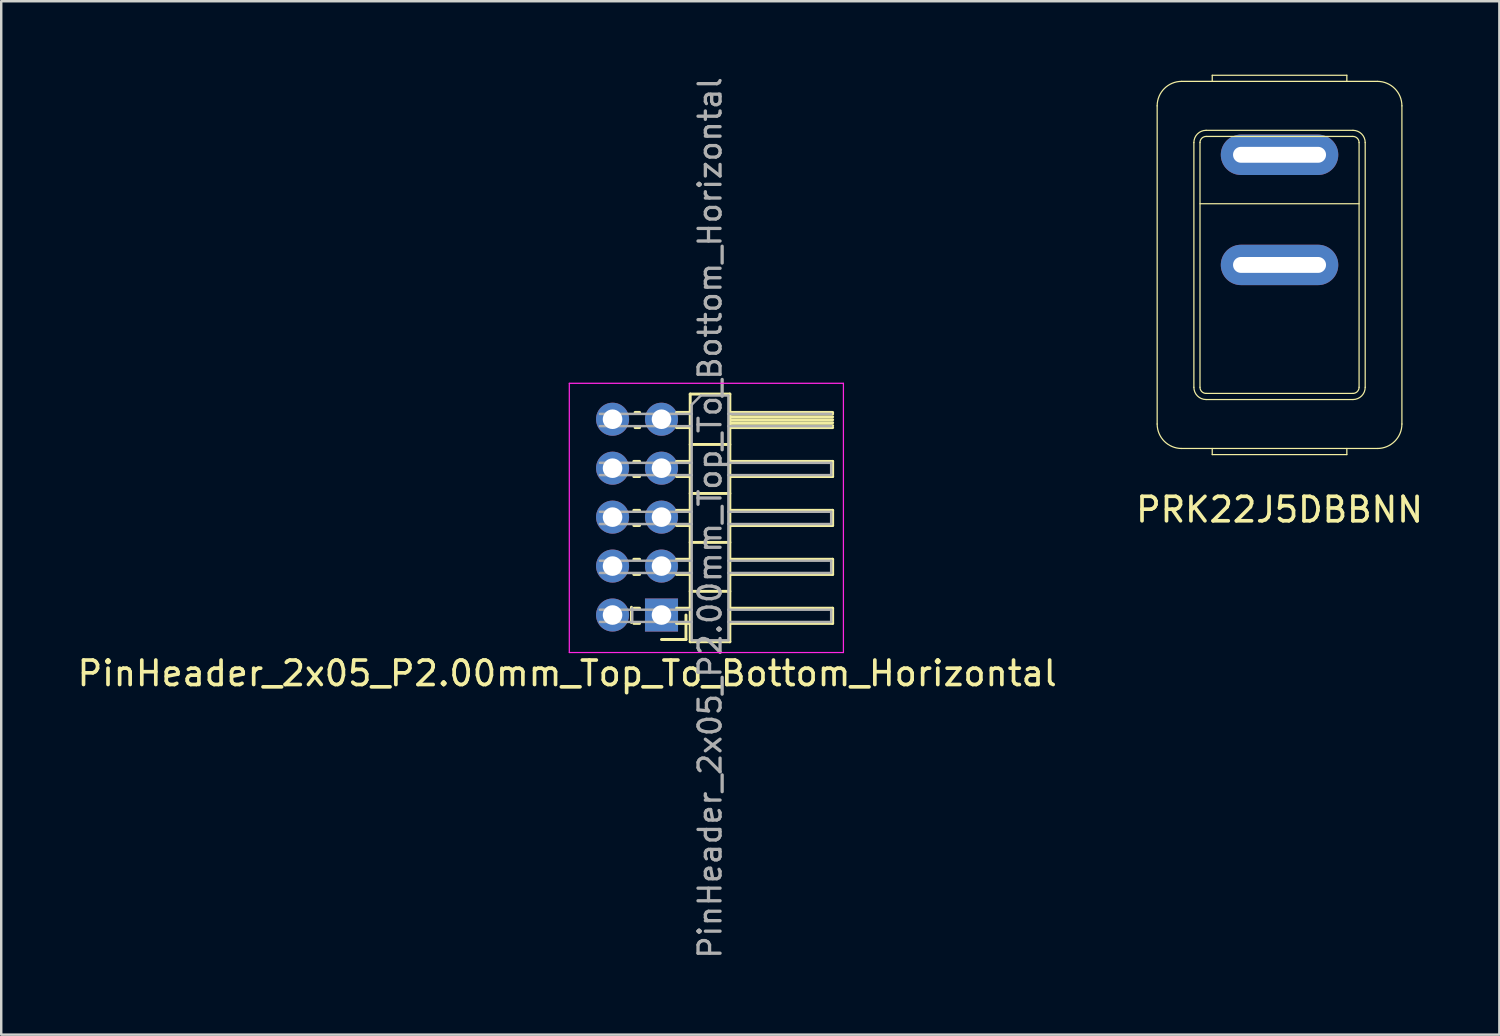
<source format=kicad_pcb>
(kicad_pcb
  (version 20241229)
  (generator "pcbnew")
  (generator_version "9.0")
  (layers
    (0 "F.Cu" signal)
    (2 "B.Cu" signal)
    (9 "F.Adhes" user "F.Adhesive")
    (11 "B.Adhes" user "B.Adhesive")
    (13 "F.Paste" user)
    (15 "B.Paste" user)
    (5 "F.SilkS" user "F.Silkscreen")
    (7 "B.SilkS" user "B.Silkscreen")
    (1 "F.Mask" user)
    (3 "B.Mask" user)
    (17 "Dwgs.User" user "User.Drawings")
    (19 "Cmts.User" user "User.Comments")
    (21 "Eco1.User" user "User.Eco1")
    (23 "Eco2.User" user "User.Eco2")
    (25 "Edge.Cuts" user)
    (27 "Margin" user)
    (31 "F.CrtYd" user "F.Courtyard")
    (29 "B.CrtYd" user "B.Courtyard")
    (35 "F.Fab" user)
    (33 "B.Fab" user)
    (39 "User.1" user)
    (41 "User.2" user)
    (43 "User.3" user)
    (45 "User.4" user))
  (footprint "PinHeader_2x05_P2.00mm_Top_To_Bottom_Horizontal"
    (layer "F.Cu")
    (at 21.925 14.064)
    (property "Reference" "PinHeader_2x05_P2.00mm_Top_To_Bottom_Horizontal" (at -1.8 10.4 180) (layer "F.SilkS") (effects (font (size 1 1) (thickness 0.15))))
    (attr through_hole)
    (fp_line (start 0.826 7.699) (end 0.826 8.319) (stroke (width 0.12) (type solid)) (layer "F.SilkS"))
    (fp_line (start 0.923 1.738) (end 1.159 1.738) (stroke (width 0.12) (type solid)) (layer "F.SilkS"))
    (fp_line (start 0.923 2.358) (end 1.159 2.358) (stroke (width 0.12) (type solid)) (layer "F.SilkS"))
    (fp_line (start 0.923 3.738) (end 1.159 3.738) (stroke (width 0.12) (type solid)) (layer "F.SilkS"))
    (fp_line (start 0.923 4.358) (end 1.159 4.358) (stroke (width 0.12) (type solid)) (layer "F.SilkS"))
    (fp_line (start 0.923 5.738) (end 1.159 5.738) (stroke (width 0.12) (type solid)) (layer "F.SilkS"))
    (fp_line (start 0.923 6.358) (end 1.159 6.358) (stroke (width 0.12) (type solid)) (layer "F.SilkS"))
    (fp_line (start 0.923 7.738) (end 1.159 7.738) (stroke (width 0.12) (type solid)) (layer "F.SilkS"))
    (fp_line (start 0.923 8.358) (end 1.159 8.358) (stroke (width 0.12) (type solid)) (layer "F.SilkS"))
    (fp_line (start 0.976 -0.262) (end 1.159 -0.262) (stroke (width 0.12) (type solid)) (layer "F.SilkS"))
    (fp_line (start 0.976 0.358) (end 1.159 0.358) (stroke (width 0.12) (type solid)) (layer "F.SilkS"))
    (fp_line (start 2.669 -0.262) (end 3.227 -0.262) (stroke (width 0.12) (type solid)) (layer "F.SilkS"))
    (fp_line (start 2.669 0.358) (end 3.227 0.358) (stroke (width 0.12) (type solid)) (layer "F.SilkS"))
    (fp_line (start 2.669 1.738) (end 3.227 1.738) (stroke (width 0.12) (type solid)) (layer "F.SilkS"))
    (fp_line (start 2.669 2.358) (end 3.227 2.358) (stroke (width 0.12) (type solid)) (layer "F.SilkS"))
    (fp_line (start 2.669 3.738) (end 3.227 3.738) (stroke (width 0.12) (type solid)) (layer "F.SilkS"))
    (fp_line (start 2.669 4.358) (end 3.227 4.358) (stroke (width 0.12) (type solid)) (layer "F.SilkS"))
    (fp_line (start 2.669 5.738) (end 3.227 5.738) (stroke (width 0.12) (type solid)) (layer "F.SilkS"))
    (fp_line (start 2.669 6.358) (end 3.227 6.358) (stroke (width 0.12) (type solid)) (layer "F.SilkS"))
    (fp_line (start 2.669 7.738) (end 3.227 7.738) (stroke (width 0.12) (type solid)) (layer "F.SilkS"))
    (fp_line (start 2.669 8.358) (end 3.227 8.358) (stroke (width 0.12) (type solid)) (layer "F.SilkS"))
    (fp_line (start 3.054 8.016) (end 3.054 9.016) (stroke (width 0.12) (type solid)) (layer "F.SilkS"))
    (fp_line (start 3.054 9.016) (end 2.054 9.016) (stroke (width 0.12) (type solid)) (layer "F.SilkS"))
    (fp_line (start 3.227 -1.012) (end 3.227 9.108) (stroke (width 0.12) (type solid)) (layer "F.SilkS"))
    (fp_line (start 3.227 1.048) (end 4.847 1.048) (stroke (width 0.12) (type solid)) (layer "F.SilkS"))
    (fp_line (start 3.227 3.048) (end 4.847 3.048) (stroke (width 0.12) (type solid)) (layer "F.SilkS"))
    (fp_line (start 3.227 5.048) (end 4.847 5.048) (stroke (width 0.12) (type solid)) (layer "F.SilkS"))
    (fp_line (start 3.227 7.048) (end 4.847 7.048) (stroke (width 0.12) (type solid)) (layer "F.SilkS"))
    (fp_line (start 3.227 9.108) (end 4.847 9.108) (stroke (width 0.12) (type solid)) (layer "F.SilkS"))
    (fp_line (start 4.847 -1.012) (end 3.227 -1.012) (stroke (width 0.12) (type solid)) (layer "F.SilkS"))
    (fp_line (start 4.847 -0.262) (end 9.047 -0.262) (stroke (width 0.12) (type solid)) (layer "F.SilkS"))
    (fp_line (start 4.847 -0.202) (end 9.047 -0.202) (stroke (width 0.12) (type solid)) (layer "F.SilkS"))
    (fp_line (start 4.847 -0.082) (end 9.047 -0.082) (stroke (width 0.12) (type solid)) (layer "F.SilkS"))
    (fp_line (start 4.847 0.038) (end 9.047 0.038) (stroke (width 0.12) (type solid)) (layer "F.SilkS"))
    (fp_line (start 4.847 0.158) (end 9.047 0.158) (stroke (width 0.12) (type solid)) (layer "F.SilkS"))
    (fp_line (start 4.847 0.278) (end 9.047 0.278) (stroke (width 0.12) (type solid)) (layer "F.SilkS"))
    (fp_line (start 4.847 1.738) (end 9.047 1.738) (stroke (width 0.12) (type solid)) (layer "F.SilkS"))
    (fp_line (start 4.847 3.738) (end 9.047 3.738) (stroke (width 0.12) (type solid)) (layer "F.SilkS"))
    (fp_line (start 4.847 5.738) (end 9.047 5.738) (stroke (width 0.12) (type solid)) (layer "F.SilkS"))
    (fp_line (start 4.847 7.738) (end 9.047 7.738) (stroke (width 0.12) (type solid)) (layer "F.SilkS"))
    (fp_line (start 4.847 9.108) (end 4.847 -1.012) (stroke (width 0.12) (type solid)) (layer "F.SilkS"))
    (fp_line (start 9.047 0.358) (end 4.847 0.358) (stroke (width 0.12) (type solid)) (layer "F.SilkS"))
    (fp_line (start 9.047 1.738) (end 9.047 2.358) (stroke (width 0.12) (type solid)) (layer "F.SilkS"))
    (fp_line (start 9.047 2.358) (end 4.847 2.358) (stroke (width 0.12) (type solid)) (layer "F.SilkS"))
    (fp_line (start 9.047 3.738) (end 9.047 4.358) (stroke (width 0.12) (type solid)) (layer "F.SilkS"))
    (fp_line (start 9.047 4.358) (end 4.847 4.358) (stroke (width 0.12) (type solid)) (layer "F.SilkS"))
    (fp_line (start 9.047 5.738) (end 9.047 6.358) (stroke (width 0.12) (type solid)) (layer "F.SilkS"))
    (fp_line (start 9.047 6.358) (end 4.847 6.358) (stroke (width 0.12) (type solid)) (layer "F.SilkS"))
    (fp_line (start 9.047 7.738) (end 9.047 8.358) (stroke (width 0.12) (type solid)) (layer "F.SilkS"))
    (fp_line (start 9.047 8.358) (end 4.847 8.358) (stroke (width 0.12) (type solid)) (layer "F.SilkS"))
    (fp_line (start -1.713 -1.452) (end -1.713 9.548) (stroke (width 0.05) (type solid)) (layer "F.CrtYd"))
    (fp_line (start -1.713 9.548) (end 9.487 9.548) (stroke (width 0.05) (type solid)) (layer "F.CrtYd"))
    (fp_line (start 9.487 -1.452) (end -1.713 -1.452) (stroke (width 0.05) (type solid)) (layer "F.CrtYd"))
    (fp_line (start 9.487 9.548) (end 9.487 -1.452) (stroke (width 0.05) (type solid)) (layer "F.CrtYd"))
    (fp_line (start -0.463 -0.202) (end 3.287 -0.202) (stroke (width 0.1) (type solid)) (layer "F.Fab"))
    (fp_line (start -0.463 0.298) (end 3.287 0.298) (stroke (width 0.1) (type solid)) (layer "F.Fab"))
    (fp_line (start -0.463 1.798) (end 3.287 1.798) (stroke (width 0.1) (type solid)) (layer "F.Fab"))
    (fp_line (start -0.463 2.298) (end 3.287 2.298) (stroke (width 0.1) (type solid)) (layer "F.Fab"))
    (fp_line (start -0.463 3.798) (end 3.287 3.798) (stroke (width 0.1) (type solid)) (layer "F.Fab"))
    (fp_line (start -0.463 4.298) (end 3.287 4.298) (stroke (width 0.1) (type solid)) (layer "F.Fab"))
    (fp_line (start -0.463 5.798) (end 3.287 5.798) (stroke (width 0.1) (type solid)) (layer "F.Fab"))
    (fp_line (start -0.463 6.298) (end 3.287 6.298) (stroke (width 0.1) (type solid)) (layer "F.Fab"))
    (fp_line (start -0.463 7.798) (end 3.287 7.798) (stroke (width 0.1) (type solid)) (layer "F.Fab"))
    (fp_line (start -0.463 8.298) (end 3.287 8.298) (stroke (width 0.1) (type solid)) (layer "F.Fab"))
    (fp_line (start 0.859 7.736) (end 0.859 8.236) (stroke (width 0.1) (type solid)) (layer "F.Fab"))
    (fp_line (start 2.304 0.266) (end 2.304 -0.234) (stroke (width 0.1) (type solid)) (layer "F.Fab"))
    (fp_line (start 2.304 2.266) (end 2.304 1.766) (stroke (width 0.1) (type solid)) (layer "F.Fab"))
    (fp_line (start 2.304 4.266) (end 2.304 3.766) (stroke (width 0.1) (type solid)) (layer "F.Fab"))
    (fp_line (start 2.304 6.266) (end 2.304 5.766) (stroke (width 0.1) (type solid)) (layer "F.Fab"))
    (fp_line (start 2.304 8.266) (end 2.304 7.766) (stroke (width 0.1) (type solid)) (layer "F.Fab"))
    (fp_line (start 3.287 -0.577) (end 3.662 -0.952) (stroke (width 0.1) (type solid)) (layer "F.Fab"))
    (fp_line (start 3.287 9.048) (end 3.287 -0.577) (stroke (width 0.1) (type solid)) (layer "F.Fab"))
    (fp_line (start 3.662 -0.952) (end 4.787 -0.952) (stroke (width 0.1) (type solid)) (layer "F.Fab"))
    (fp_line (start 4.787 -0.952) (end 4.787 9.048) (stroke (width 0.1) (type solid)) (layer "F.Fab"))
    (fp_line (start 4.787 -0.202) (end 8.987 -0.202) (stroke (width 0.1) (type solid)) (layer "F.Fab"))
    (fp_line (start 4.787 0.298) (end 8.987 0.298) (stroke (width 0.1) (type solid)) (layer "F.Fab"))
    (fp_line (start 4.787 1.798) (end 8.987 1.798) (stroke (width 0.1) (type solid)) (layer "F.Fab"))
    (fp_line (start 4.787 2.298) (end 8.987 2.298) (stroke (width 0.1) (type solid)) (layer "F.Fab"))
    (fp_line (start 4.787 3.798) (end 8.987 3.798) (stroke (width 0.1) (type solid)) (layer "F.Fab"))
    (fp_line (start 4.787 4.298) (end 8.987 4.298) (stroke (width 0.1) (type solid)) (layer "F.Fab"))
    (fp_line (start 4.787 5.798) (end 8.987 5.798) (stroke (width 0.1) (type solid)) (layer "F.Fab"))
    (fp_line (start 4.787 6.298) (end 8.987 6.298) (stroke (width 0.1) (type solid)) (layer "F.Fab"))
    (fp_line (start 4.787 7.798) (end 8.987 7.798) (stroke (width 0.1) (type solid)) (layer "F.Fab"))
    (fp_line (start 4.787 8.298) (end 8.987 8.298) (stroke (width 0.1) (type solid)) (layer "F.Fab"))
    (fp_line (start 4.787 9.048) (end 3.287 9.048) (stroke (width 0.1) (type solid)) (layer "F.Fab"))
    (fp_line (start 8.987 1.798) (end 8.987 2.298) (stroke (width 0.1) (type solid)) (layer "F.Fab"))
    (fp_line (start 8.987 3.798) (end 8.987 4.298) (stroke (width 0.1) (type solid)) (layer "F.Fab"))
    (fp_line (start 8.987 5.798) (end 8.987 6.298) (stroke (width 0.1) (type solid)) (layer "F.Fab"))
    (fp_line (start 8.987 7.798) (end 8.987 8.298) (stroke (width 0.1) (type solid)) (layer "F.Fab"))
    (fp_text user "${REFERENCE}" (at 4.037 4.048 90) (layer "F.Fab") (effects (font (size 0.9 0.9) (thickness 0.135))))
    (pad "1" thru_hole rect (at 2.054 8.016 180) (size 1.35 1.35) (drill 0.8) (layers "*.Cu" "*.Mask"))
    (pad "2" thru_hole oval (at 2.054 6.016 180) (size 1.35 1.35) (drill 0.8) (layers "*.Cu" "*.Mask"))
    (pad "3" thru_hole oval (at 2.054 4.016 180) (size 1.35 1.35) (drill 0.8) (layers "*.Cu" "*.Mask"))
    (pad "4" thru_hole oval (at 2.054 2.016 180) (size 1.35 1.35) (drill 0.8) (layers "*.Cu" "*.Mask"))
    (pad "5" thru_hole oval (at 2.054 0.016 180) (size 1.35 1.35) (drill 0.8) (layers "*.Cu" "*.Mask"))
    (pad "6" thru_hole oval (at 0.054 8.016 180) (size 1.35 1.35) (drill 0.8) (layers "*.Cu" "*.Mask"))
    (pad "7" thru_hole oval (at 0.054 6.016 180) (size 1.35 1.35) (drill 0.8) (layers "*.Cu" "*.Mask"))
    (pad "8" thru_hole oval (at 0.054 4.016 180) (size 1.35 1.35) (drill 0.8) (layers "*.Cu" "*.Mask"))
    (pad "9" thru_hole oval (at 0.054 2.016 180) (size 1.35 1.35) (drill 0.8) (layers "*.Cu" "*.Mask"))
    (pad "10" thru_hole oval (at 0.054 0.016 180) (size 1.35 1.35) (drill 0.8) (layers "*.Cu" "*.Mask")))
  (footprint "PRK22J5DBBNN"
    (layer "F.Cu")
    (at 49.232 7.775)
    (property "Reference" "PRK22J5DBBNN" (at 0 10 0) (layer "F.SilkS") (effects (font (size 1 1) (thickness 0.15))))
    (attr through_hole)
    (fp_line (start -5 6.5) (end -5 -6.5) (stroke (width 0.05) (type solid)) (layer "F.SilkS"))
    (fp_line (start -4 -7.5) (end 4 -7.5) (stroke (width 0.05) (type solid)) (layer "F.SilkS"))
    (fp_line (start -3.5 -5) (end -3.5 5) (stroke (width 0.05) (type solid)) (layer "F.SilkS"))
    (fp_line (start -3.25 -5) (end -3.25 5) (stroke (width 0.05) (type solid)) (layer "F.SilkS"))
    (fp_line (start -3.25 -2.5) (end 3.25 -2.5) (stroke (width 0.05) (type solid)) (layer "F.SilkS"))
    (fp_line (start -3 5.25) (end 3 5.25) (stroke (width 0.05) (type solid)) (layer "F.SilkS"))
    (fp_line (start -3 5.5) (end 3 5.5) (stroke (width 0.05) (type solid)) (layer "F.SilkS"))
    (fp_line (start -2.75 -7.75) (end 2.75 -7.75) (stroke (width 0.05) (type solid)) (layer "F.SilkS"))
    (fp_line (start -2.75 -7.5) (end -2.75 -7.75) (stroke (width 0.05) (type solid)) (layer "F.SilkS"))
    (fp_line (start -2.75 7.5) (end -2.75 7.75) (stroke (width 0.05) (type solid)) (layer "F.SilkS"))
    (fp_line (start -2.75 7.75) (end 2.75 7.75) (stroke (width 0.05) (type solid)) (layer "F.SilkS"))
    (fp_line (start 2.75 -7.75) (end 2.75 -7.5) (stroke (width 0.05) (type solid)) (layer "F.SilkS"))
    (fp_line (start 2.75 7.75) (end 2.75 7.5) (stroke (width 0.05) (type solid)) (layer "F.SilkS"))
    (fp_line (start 3 -5.5) (end -3 -5.5) (stroke (width 0.05) (type solid)) (layer "F.SilkS"))
    (fp_line (start 3 -5.25) (end -3 -5.25) (stroke (width 0.05) (type solid)) (layer "F.SilkS"))
    (fp_line (start 3.25 5) (end 3.25 -5) (stroke (width 0.05) (type solid)) (layer "F.SilkS"))
    (fp_line (start 3.5 5) (end 3.5 -5) (stroke (width 0.05) (type solid)) (layer "F.SilkS"))
    (fp_line (start 4 7.5) (end -4 7.5) (stroke (width 0.05) (type solid)) (layer "F.SilkS"))
    (fp_line (start 5 -6.5) (end 5 6.5) (stroke (width 0.05) (type solid)) (layer "F.SilkS"))
    (fp_arc (start -5 -6.5) (mid -4.707107 -7.207107) (end -4 -7.5) (stroke (width 0.05) (type solid)) (layer "F.SilkS"))
    (fp_arc (start -4 7.5) (mid -4.707107 7.207107) (end -5 6.5) (stroke (width 0.05) (type solid)) (layer "F.SilkS"))
    (fp_arc (start -3.5 -5) (mid -3.353553 -5.353553) (end -3 -5.5) (stroke (width 0.05) (type solid)) (layer "F.SilkS"))
    (fp_arc (start -3.25 -5) (mid -3.176777 -5.176777) (end -3 -5.25) (stroke (width 0.05) (type solid)) (layer "F.SilkS"))
    (fp_arc (start -3 5.25) (mid -3.176777 5.176777) (end -3.25 5) (stroke (width 0.05) (type solid)) (layer "F.SilkS"))
    (fp_arc (start -3 5.5) (mid -3.353553 5.353553) (end -3.5 5) (stroke (width 0.05) (type solid)) (layer "F.SilkS"))
    (fp_arc (start 3 -5.5) (mid 3.353553 -5.353553) (end 3.5 -5) (stroke (width 0.05) (type solid)) (layer "F.SilkS"))
    (fp_arc (start 3 -5.25) (mid 3.176777 -5.176777) (end 3.25 -5) (stroke (width 0.05) (type solid)) (layer "F.SilkS"))
    (fp_arc (start 3.25 5) (mid 3.176777 5.176777) (end 3 5.25) (stroke (width 0.05) (type solid)) (layer "F.SilkS"))
    (fp_arc (start 3.5 5) (mid 3.353553 5.353553) (end 3 5.5) (stroke (width 0.05) (type solid)) (layer "F.SilkS"))
    (fp_arc (start 4 -7.5) (mid 4.707107 -7.207107) (end 5 -6.5) (stroke (width 0.05) (type solid)) (layer "F.SilkS"))
    (fp_arc (start 5 6.5) (mid 4.707107 7.207107) (end 4 7.5) (stroke (width 0.05) (type solid)) (layer "F.SilkS"))
    (pad "1" thru_hole oval (at 0 -4.5) (size 4.8 1.65) (drill oval 3.8 0.65) (layers "*.Cu" "*.Mask"))
    (pad "2" thru_hole oval (at 0 0) (size 4.8 1.65) (drill oval 3.8 0.65) (layers "*.Cu" "*.Mask")))
  (gr_rect
    (start -3 -3)
    (end 58.214 39.225)
    (stroke (width 0.1) (type default))
    (fill no)
    (layer "Edge.Cuts")))
</source>
